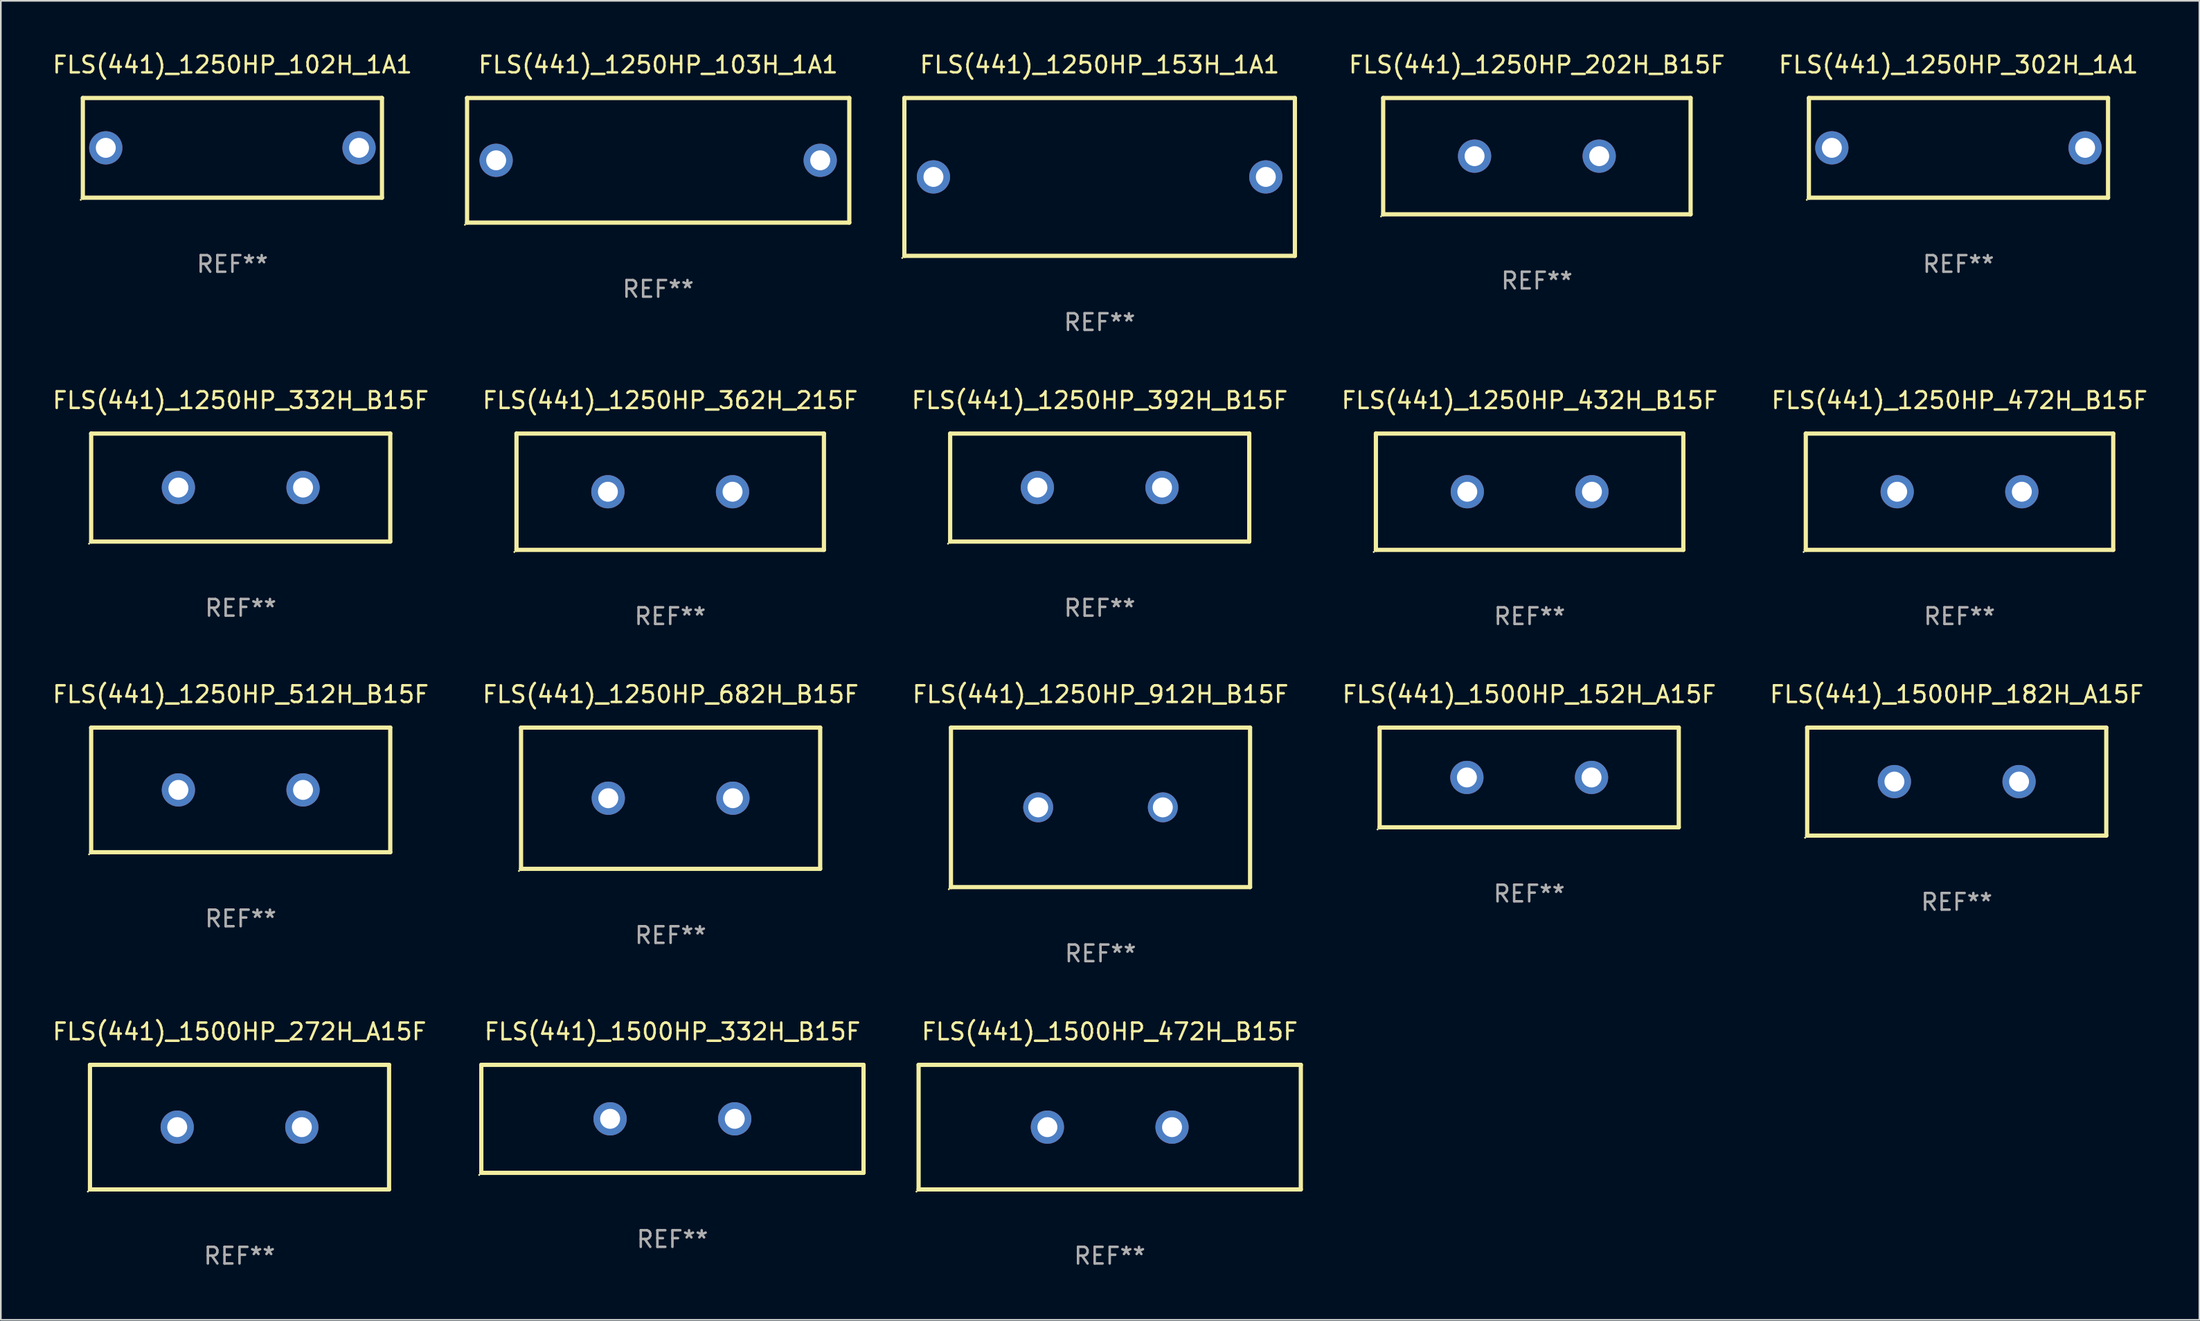
<source format=kicad_pcb>
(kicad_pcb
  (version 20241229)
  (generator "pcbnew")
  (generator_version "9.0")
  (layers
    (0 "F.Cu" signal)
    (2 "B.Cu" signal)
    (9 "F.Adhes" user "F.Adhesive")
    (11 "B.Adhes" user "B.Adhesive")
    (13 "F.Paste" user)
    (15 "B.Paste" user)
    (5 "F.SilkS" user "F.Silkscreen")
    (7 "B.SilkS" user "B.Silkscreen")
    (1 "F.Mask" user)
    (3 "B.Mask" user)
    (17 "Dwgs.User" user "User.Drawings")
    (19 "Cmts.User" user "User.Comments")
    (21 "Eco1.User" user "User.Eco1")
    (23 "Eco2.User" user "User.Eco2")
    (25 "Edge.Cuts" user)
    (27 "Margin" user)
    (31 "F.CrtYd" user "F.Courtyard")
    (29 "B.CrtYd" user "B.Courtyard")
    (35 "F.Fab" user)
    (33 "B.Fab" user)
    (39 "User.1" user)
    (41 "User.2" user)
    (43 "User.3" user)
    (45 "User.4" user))
  (footprint "FLS(441)_1250HP_153H_1A1"
    (layer "F.Cu")
    (at 63.12 7.598)
    (property "Reference" "FLS(441)_1250HP_153H_1A1" (at 0 -6.75 0) (layer "F.SilkS") (effects (font (size 1 1) (thickness 0.15))))
    (attr through_hole)
    (fp_line (start -11.75 -4.75) (end 11.75 -4.75) (stroke (width 0.254) (type solid)) (layer "F.SilkS"))
    (fp_line (start -11.75 4.75) (end -11.75 -4.75) (stroke (width 0.254) (type solid)) (layer "F.SilkS"))
    (fp_line (start 11.75 -4.75) (end 11.75 4.75) (stroke (width 0.254) (type solid)) (layer "F.SilkS"))
    (fp_line (start 11.75 4.75) (end -11.75 4.75) (stroke (width 0.254) (type solid)) (layer "F.SilkS"))
    (fp_circle (center -11.877 4.877) (end -11.847 4.877) (stroke (width 0.06) (type solid)) (fill no) (layer "F.SilkS"))
    (fp_text user "REF**" (at 0 8.75 0) (layer "F.Fab") (effects (font (size 1 1) (thickness 0.15))))
    (pad "1" thru_hole circle (at -10 0) (size 2 2) (drill 1.2) (layers "*.Cu" "*.Mask"))
    (pad "2" thru_hole circle (at 10 0) (size 2 2) (drill 1.2) (layers "*.Cu" "*.Mask")))
  (footprint "FLS(441)_1250HP_103H_1A1"
    (layer "F.Cu")
    (at 36.556 6.598)
    (property "Reference" "FLS(441)_1250HP_103H_1A1" (at 0 -5.75 0) (layer "F.SilkS") (effects (font (size 1 1) (thickness 0.15))))
    (attr through_hole)
    (fp_line (start -11.5 -3.75) (end 11.5 -3.75) (stroke (width 0.254) (type solid)) (layer "F.SilkS"))
    (fp_line (start -11.5 3.75) (end -11.5 -3.75) (stroke (width 0.254) (type solid)) (layer "F.SilkS"))
    (fp_line (start 11.5 -3.75) (end 11.5 3.75) (stroke (width 0.254) (type solid)) (layer "F.SilkS"))
    (fp_line (start 11.5 3.75) (end -11.5 3.75) (stroke (width 0.254) (type solid)) (layer "F.SilkS"))
    (fp_circle (center -11.627 3.877) (end -11.597 3.877) (stroke (width 0.06) (type solid)) (fill no) (layer "F.SilkS"))
    (fp_text user "REF**" (at 0 7.75 0) (layer "F.Fab") (effects (font (size 1 1) (thickness 0.15))))
    (pad "1" thru_hole circle (at -9.75 0) (size 2 2) (drill 1.2) (layers "*.Cu" "*.Mask"))
    (pad "2" thru_hole circle (at 9.75 0) (size 2 2) (drill 1.2) (layers "*.Cu" "*.Mask")))
  (footprint "FLS(441)_1500HP_182H_A15F"
    (layer "F.Cu")
    (at 114.696 43.991)
    (property "Reference" "FLS(441)_1500HP_182H_A15F" (at 0 -5.25 0) (layer "F.SilkS") (effects (font (size 1 1) (thickness 0.15))))
    (attr through_hole)
    (fp_line (start -8.999 -3.25) (end 8.999 -3.25) (stroke (width 0.254) (type solid)) (layer "F.SilkS"))
    (fp_line (start -8.999 3.25) (end -8.999 -3.25) (stroke (width 0.254) (type solid)) (layer "F.SilkS"))
    (fp_line (start 8.999 -3.25) (end 8.999 3.25) (stroke (width 0.254) (type solid)) (layer "F.SilkS"))
    (fp_line (start 8.999 3.25) (end -8.999 3.25) (stroke (width 0.254) (type solid)) (layer "F.SilkS"))
    (fp_circle (center -9.126 3.377) (end -9.096 3.377) (stroke (width 0.06) (type solid)) (fill no) (layer "F.SilkS"))
    (fp_text user "REF**" (at 0 7.25 0) (layer "F.Fab") (effects (font (size 1 1) (thickness 0.15))))
    (pad "1" thru_hole circle (at -3.75 -0.000013) (size 2 2) (drill 1.2) (layers "*.Cu" "*.Mask"))
    (pad "2" thru_hole circle (at 3.75 -0.000013) (size 2 2) (drill 1.2) (layers "*.Cu" "*.Mask")))
  (footprint "FLS(441)_1250HP_102H_1A1"
    (layer "F.Cu")
    (at 10.935 5.848)
    (property "Reference" "FLS(441)_1250HP_102H_1A1" (at 0 -5 0) (layer "F.SilkS") (effects (font (size 1 1) (thickness 0.15))))
    (attr through_hole)
    (fp_line (start -9 -3) (end 9 -3) (stroke (width 0.254) (type solid)) (layer "F.SilkS"))
    (fp_line (start -9 3) (end -9 -3) (stroke (width 0.254) (type solid)) (layer "F.SilkS"))
    (fp_line (start 9 -3) (end 9 3) (stroke (width 0.254) (type solid)) (layer "F.SilkS"))
    (fp_line (start 9 3) (end -9 3) (stroke (width 0.254) (type solid)) (layer "F.SilkS"))
    (fp_circle (center -9.127 3.127) (end -9.097 3.127) (stroke (width 0.06) (type solid)) (fill no) (layer "F.SilkS"))
    (fp_text user "REF**" (at 0 7 0) (layer "F.Fab") (effects (font (size 1 1) (thickness 0.15))))
    (pad "1" thru_hole circle (at -7.62 0) (size 2 2) (drill 1.2) (layers "*.Cu" "*.Mask"))
    (pad "2" thru_hole circle (at 7.62 0) (size 2 2) (drill 1.2) (layers "*.Cu" "*.Mask")))
  (footprint "FLS(441)_1250HP_682H_B15F"
    (layer "F.Cu")
    (at 37.304 44.991)
    (property "Reference" "FLS(441)_1250HP_682H_B15F" (at 0 -6.25 0) (layer "F.SilkS") (effects (font (size 1 1) (thickness 0.15))))
    (attr through_hole)
    (fp_line (start -9 -4.25) (end 9 -4.25) (stroke (width 0.254) (type solid)) (layer "F.SilkS"))
    (fp_line (start -9 4.25) (end -9 -4.25) (stroke (width 0.254) (type solid)) (layer "F.SilkS"))
    (fp_line (start 9 -4.25) (end 9 4.25) (stroke (width 0.254) (type solid)) (layer "F.SilkS"))
    (fp_line (start 9 4.25) (end -9 4.25) (stroke (width 0.254) (type solid)) (layer "F.SilkS"))
    (fp_circle (center -9.127 4.377) (end -9.097 4.377) (stroke (width 0.06) (type solid)) (fill no) (layer "F.SilkS"))
    (fp_text user "REF**" (at 0 8.25 0) (layer "F.Fab") (effects (font (size 1 1) (thickness 0.15))))
    (pad "1" thru_hole circle (at -3.75 0) (size 2 2) (drill 1.2) (layers "*.Cu" "*.Mask"))
    (pad "2" thru_hole circle (at 3.75 0) (size 2 2) (drill 1.2) (layers "*.Cu" "*.Mask")))
  (footprint "FLS(441)_1250HP_512H_B15F"
    (layer "F.Cu")
    (at 11.435 44.491)
    (property "Reference" "FLS(441)_1250HP_512H_B15F" (at 0 -5.75 0) (layer "F.SilkS") (effects (font (size 1 1) (thickness 0.15))))
    (attr through_hole)
    (fp_line (start -8.999 -3.75) (end 8.999 -3.75) (stroke (width 0.254) (type solid)) (layer "F.SilkS"))
    (fp_line (start -8.999 3.75) (end -8.999 -3.75) (stroke (width 0.254) (type solid)) (layer "F.SilkS"))
    (fp_line (start 8.999 -3.75) (end 8.999 3.75) (stroke (width 0.254) (type solid)) (layer "F.SilkS"))
    (fp_line (start 8.999 3.75) (end -8.999 3.75) (stroke (width 0.254) (type solid)) (layer "F.SilkS"))
    (fp_circle (center -9.126 3.877) (end -9.096 3.877) (stroke (width 0.06) (type solid)) (fill no) (layer "F.SilkS"))
    (fp_text user "REF**" (at 0 7.75 0) (layer "F.Fab") (effects (font (size 1 1) (thickness 0.15))))
    (pad "1" thru_hole circle (at -3.75 0) (size 2 2) (drill 1.2) (layers "*.Cu" "*.Mask"))
    (pad "2" thru_hole circle (at 3.75 0) (size 2 2) (drill 1.2) (layers "*.Cu" "*.Mask")))
  (footprint "FLS(441)_1250HP_362H_215F"
    (layer "F.Cu")
    (at 37.28 26.545)
    (property "Reference" "FLS(441)_1250HP_362H_215F" (at 0 -5.5 0) (layer "F.SilkS") (effects (font (size 1 1) (thickness 0.15))))
    (attr through_hole)
    (fp_line (start -9.25 -3.5) (end 9.25 -3.5) (stroke (width 0.254) (type solid)) (layer "F.SilkS"))
    (fp_line (start -9.25 3.5) (end -9.25 -3.5) (stroke (width 0.254) (type solid)) (layer "F.SilkS"))
    (fp_line (start 9.25 -3.5) (end 9.25 3.5) (stroke (width 0.254) (type solid)) (layer "F.SilkS"))
    (fp_line (start 9.25 3.5) (end -9.25 3.5) (stroke (width 0.254) (type solid)) (layer "F.SilkS"))
    (fp_circle (center -9.377 3.627) (end -9.347 3.627) (stroke (width 0.06) (type solid)) (fill no) (layer "F.SilkS"))
    (fp_text user "REF**" (at 0 7.5 0) (layer "F.Fab") (effects (font (size 1 1) (thickness 0.15))))
    (pad "1" thru_hole circle (at -3.75 0) (size 2 2) (drill 1.2) (layers "*.Cu" "*.Mask"))
    (pad "2" thru_hole circle (at 3.75 0) (size 2 2) (drill 1.2) (layers "*.Cu" "*.Mask")))
  (footprint "FLS(441)_1500HP_272H_A15F"
    (layer "F.Cu")
    (at 11.363 64.788)
    (property "Reference" "FLS(441)_1500HP_272H_A15F" (at 0 -5.75 0) (layer "F.SilkS") (effects (font (size 1 1) (thickness 0.15))))
    (attr through_hole)
    (fp_line (start -8.999 -3.75) (end 8.999 -3.75) (stroke (width 0.254) (type solid)) (layer "F.SilkS"))
    (fp_line (start -8.999 3.75) (end -8.999 -3.75) (stroke (width 0.254) (type solid)) (layer "F.SilkS"))
    (fp_line (start 8.999 -3.75) (end 8.999 3.75) (stroke (width 0.254) (type solid)) (layer "F.SilkS"))
    (fp_line (start 8.999 3.75) (end -8.999 3.75) (stroke (width 0.254) (type solid)) (layer "F.SilkS"))
    (fp_circle (center -9.126 3.877) (end -9.096 3.877) (stroke (width 0.06) (type solid)) (fill no) (layer "F.SilkS"))
    (fp_text user "REF**" (at 0 7.75 0) (layer "F.Fab") (effects (font (size 1 1) (thickness 0.15))))
    (pad "1" thru_hole circle (at -3.75 0) (size 2 2) (drill 1.2) (layers "*.Cu" "*.Mask"))
    (pad "2" thru_hole circle (at 3.75 0) (size 2 2) (drill 1.2) (layers "*.Cu" "*.Mask")))
  (footprint "FLS(441)_1250HP_392H_B15F"
    (layer "F.Cu")
    (at 63.125 26.295)
    (property "Reference" "FLS(441)_1250HP_392H_B15F" (at 0 -5.25 0) (layer "F.SilkS") (effects (font (size 1 1) (thickness 0.15))))
    (attr through_hole)
    (fp_line (start -8.999 -3.25) (end 8.999 -3.25) (stroke (width 0.254) (type solid)) (layer "F.SilkS"))
    (fp_line (start -8.999 3.25) (end -8.999 -3.25) (stroke (width 0.254) (type solid)) (layer "F.SilkS"))
    (fp_line (start 8.999 -3.25) (end 8.999 3.25) (stroke (width 0.254) (type solid)) (layer "F.SilkS"))
    (fp_line (start 8.999 3.25) (end -8.999 3.25) (stroke (width 0.254) (type solid)) (layer "F.SilkS"))
    (fp_circle (center -9.126 3.377) (end -9.096 3.377) (stroke (width 0.06) (type solid)) (fill no) (layer "F.SilkS"))
    (fp_text user "REF**" (at 0 7.25 0) (layer "F.Fab") (effects (font (size 1 1) (thickness 0.15))))
    (pad "1" thru_hole circle (at -3.75 -0.000013) (size 2 2) (drill 1.2) (layers "*.Cu" "*.Mask"))
    (pad "2" thru_hole circle (at 3.75 -0.000013) (size 2 2) (drill 1.2) (layers "*.Cu" "*.Mask")))
  (footprint "FLS(441)_1250HP_472H_B15F"
    (layer "F.Cu")
    (at 114.863 26.545)
    (property "Reference" "FLS(441)_1250HP_472H_B15F" (at 0 -5.5 0) (layer "F.SilkS") (effects (font (size 1 1) (thickness 0.15))))
    (attr through_hole)
    (fp_line (start -9.25 -3.5) (end 9.25 -3.5) (stroke (width 0.254) (type solid)) (layer "F.SilkS"))
    (fp_line (start -9.25 3.5) (end -9.25 -3.5) (stroke (width 0.254) (type solid)) (layer "F.SilkS"))
    (fp_line (start 9.25 -3.5) (end 9.25 3.5) (stroke (width 0.254) (type solid)) (layer "F.SilkS"))
    (fp_line (start 9.25 3.5) (end -9.25 3.5) (stroke (width 0.254) (type solid)) (layer "F.SilkS"))
    (fp_circle (center -9.377 3.627) (end -9.347 3.627) (stroke (width 0.06) (type solid)) (fill no) (layer "F.SilkS"))
    (fp_text user "REF**" (at 0 7.5 0) (layer "F.Fab") (effects (font (size 1 1) (thickness 0.15))))
    (pad "1" thru_hole circle (at -3.75 0) (size 2 2) (drill 1.2) (layers "*.Cu" "*.Mask"))
    (pad "2" thru_hole circle (at 3.75 0) (size 2 2) (drill 1.2) (layers "*.Cu" "*.Mask")))
  (footprint "FLS(441)_1500HP_152H_A15F"
    (layer "F.Cu")
    (at 88.97 43.741)
    (property "Reference" "FLS(441)_1500HP_152H_A15F" (at 0 -5 0) (layer "F.SilkS") (effects (font (size 1 1) (thickness 0.15))))
    (attr through_hole)
    (fp_line (start -9 -3) (end 9 -3) (stroke (width 0.254) (type solid)) (layer "F.SilkS"))
    (fp_line (start -9 3) (end -9 -3) (stroke (width 0.254) (type solid)) (layer "F.SilkS"))
    (fp_line (start 9 -3) (end 9 3) (stroke (width 0.254) (type solid)) (layer "F.SilkS"))
    (fp_line (start 9 3) (end -9 3) (stroke (width 0.254) (type solid)) (layer "F.SilkS"))
    (fp_circle (center -9.127 3.127) (end -9.097 3.127) (stroke (width 0.06) (type solid)) (fill no) (layer "F.SilkS"))
    (fp_text user "REF**" (at 0 7 0) (layer "F.Fab") (effects (font (size 1 1) (thickness 0.15))))
    (pad "1" thru_hole circle (at -3.75 0) (size 2 2) (drill 1.2) (layers "*.Cu" "*.Mask"))
    (pad "2" thru_hole circle (at 3.75 0) (size 2 2) (drill 1.2) (layers "*.Cu" "*.Mask")))
  (footprint "FLS(441)_1250HP_332H_B15F"
    (layer "F.Cu")
    (at 11.435 26.295)
    (property "Reference" "FLS(441)_1250HP_332H_B15F" (at 0 -5.25 0) (layer "F.SilkS") (effects (font (size 1 1) (thickness 0.15))))
    (attr through_hole)
    (fp_line (start -8.999 -3.25) (end 8.999 -3.25) (stroke (width 0.254) (type solid)) (layer "F.SilkS"))
    (fp_line (start -8.999 3.25) (end -8.999 -3.25) (stroke (width 0.254) (type solid)) (layer "F.SilkS"))
    (fp_line (start 8.999 -3.25) (end 8.999 3.25) (stroke (width 0.254) (type solid)) (layer "F.SilkS"))
    (fp_line (start 8.999 3.25) (end -8.999 3.25) (stroke (width 0.254) (type solid)) (layer "F.SilkS"))
    (fp_circle (center -9.126 3.377) (end -9.096 3.377) (stroke (width 0.06) (type solid)) (fill no) (layer "F.SilkS"))
    (fp_text user "REF**" (at 0 7.25 0) (layer "F.Fab") (effects (font (size 1 1) (thickness 0.15))))
    (pad "1" thru_hole circle (at -3.75 -0.000013) (size 2 2) (drill 1.2) (layers "*.Cu" "*.Mask"))
    (pad "2" thru_hole circle (at 3.75 -0.000013) (size 2 2) (drill 1.2) (layers "*.Cu" "*.Mask")))
  (footprint "FLS(441)_1500HP_472H_B15F"
    (layer "F.Cu")
    (at 63.727 64.788)
    (property "Reference" "FLS(441)_1500HP_472H_B15F" (at 0 -5.75 0) (layer "F.SilkS") (effects (font (size 1 1) (thickness 0.15))))
    (attr through_hole)
    (fp_line (start -11.5 -3.75) (end 11.5 -3.75) (stroke (width 0.254) (type solid)) (layer "F.SilkS"))
    (fp_line (start -11.5 3.75) (end -11.5 -3.75) (stroke (width 0.254) (type solid)) (layer "F.SilkS"))
    (fp_line (start 11.5 -3.75) (end 11.5 3.75) (stroke (width 0.254) (type solid)) (layer "F.SilkS"))
    (fp_line (start 11.5 3.75) (end -11.5 3.75) (stroke (width 0.254) (type solid)) (layer "F.SilkS"))
    (fp_circle (center -11.627 3.877) (end -11.597 3.877) (stroke (width 0.06) (type solid)) (fill no) (layer "F.SilkS"))
    (fp_text user "REF**" (at 0 7.75 0) (layer "F.Fab") (effects (font (size 1 1) (thickness 0.15))))
    (pad "1" thru_hole circle (at -3.75 0) (size 2 2) (drill 1.2) (layers "*.Cu" "*.Mask"))
    (pad "2" thru_hole circle (at 3.75 0) (size 2 2) (drill 1.2) (layers "*.Cu" "*.Mask")))
  (footprint "FLS(441)_1250HP_202H_B15F"
    (layer "F.Cu")
    (at 89.432 6.348)
    (property "Reference" "FLS(441)_1250HP_202H_B15F" (at 0 -5.5 0) (layer "F.SilkS") (effects (font (size 1 1) (thickness 0.15))))
    (attr through_hole)
    (fp_line (start -9.25 -3.5) (end 9.25 -3.5) (stroke (width 0.254) (type solid)) (layer "F.SilkS"))
    (fp_line (start -9.25 3.5) (end -9.25 -3.5) (stroke (width 0.254) (type solid)) (layer "F.SilkS"))
    (fp_line (start 9.25 -3.5) (end 9.25 3.5) (stroke (width 0.254) (type solid)) (layer "F.SilkS"))
    (fp_line (start 9.25 3.5) (end -9.25 3.5) (stroke (width 0.254) (type solid)) (layer "F.SilkS"))
    (fp_circle (center -9.377 3.627) (end -9.347 3.627) (stroke (width 0.06) (type solid)) (fill no) (layer "F.SilkS"))
    (fp_text user "REF**" (at 0 7.5 0) (layer "F.Fab") (effects (font (size 1 1) (thickness 0.15))))
    (pad "1" thru_hole circle (at -3.75 0) (size 2 2) (drill 1.2) (layers "*.Cu" "*.Mask"))
    (pad "2" thru_hole circle (at 3.75 0) (size 2 2) (drill 1.2) (layers "*.Cu" "*.Mask")))
  (footprint "FLS(441)_1250HP_432H_B15F"
    (layer "F.Cu")
    (at 88.994 26.545)
    (property "Reference" "FLS(441)_1250HP_432H_B15F" (at 0 -5.5 0) (layer "F.SilkS") (effects (font (size 1 1) (thickness 0.15))))
    (attr through_hole)
    (fp_line (start -9.25 -3.5) (end 9.25 -3.5) (stroke (width 0.254) (type solid)) (layer "F.SilkS"))
    (fp_line (start -9.25 3.5) (end -9.25 -3.5) (stroke (width 0.254) (type solid)) (layer "F.SilkS"))
    (fp_line (start 9.25 -3.5) (end 9.25 3.5) (stroke (width 0.254) (type solid)) (layer "F.SilkS"))
    (fp_line (start 9.25 3.5) (end -9.25 3.5) (stroke (width 0.254) (type solid)) (layer "F.SilkS"))
    (fp_circle (center -9.377 3.627) (end -9.347 3.627) (stroke (width 0.06) (type solid)) (fill no) (layer "F.SilkS"))
    (fp_text user "REF**" (at 0 7.5 0) (layer "F.Fab") (effects (font (size 1 1) (thickness 0.15))))
    (pad "1" thru_hole circle (at -3.75 0) (size 2 2) (drill 1.2) (layers "*.Cu" "*.Mask"))
    (pad "2" thru_hole circle (at 3.75 0) (size 2 2) (drill 1.2) (layers "*.Cu" "*.Mask")))
  (footprint "FLS(441)_1250HP_302H_1A1"
    (layer "F.Cu")
    (at 114.801 5.848)
    (property "Reference" "FLS(441)_1250HP_302H_1A1" (at 0 -5 0) (layer "F.SilkS") (effects (font (size 1 1) (thickness 0.15))))
    (attr through_hole)
    (fp_line (start -9 -3) (end 9 -3) (stroke (width 0.254) (type solid)) (layer "F.SilkS"))
    (fp_line (start -9 3) (end -9 -3) (stroke (width 0.254) (type solid)) (layer "F.SilkS"))
    (fp_line (start 9 -3) (end 9 3) (stroke (width 0.254) (type solid)) (layer "F.SilkS"))
    (fp_line (start 9 3) (end -9 3) (stroke (width 0.254) (type solid)) (layer "F.SilkS"))
    (fp_circle (center -9.127 3.127) (end -9.097 3.127) (stroke (width 0.06) (type solid)) (fill no) (layer "F.SilkS"))
    (fp_text user "REF**" (at 0 7 0) (layer "F.Fab") (effects (font (size 1 1) (thickness 0.15))))
    (pad "1" thru_hole circle (at -7.62 0) (size 2 2) (drill 1.2) (layers "*.Cu" "*.Mask"))
    (pad "2" thru_hole circle (at 7.62 0) (size 2 2) (drill 1.2) (layers "*.Cu" "*.Mask")))
  (footprint "FLS(441)_1500HP_332H_B15F"
    (layer "F.Cu")
    (at 37.413 64.288)
    (property "Reference" "FLS(441)_1500HP_332H_B15F" (at 0 -5.25 0) (layer "F.SilkS") (effects (font (size 1 1) (thickness 0.15))))
    (attr through_hole)
    (fp_line (start -11.5 -3.25) (end 11.5 -3.25) (stroke (width 0.254) (type solid)) (layer "F.SilkS"))
    (fp_line (start -11.5 3.25) (end -11.5 -3.25) (stroke (width 0.254) (type solid)) (layer "F.SilkS"))
    (fp_line (start 11.5 -3.25) (end 11.5 3.25) (stroke (width 0.254) (type solid)) (layer "F.SilkS"))
    (fp_line (start 11.5 3.25) (end -11.5 3.25) (stroke (width 0.254) (type solid)) (layer "F.SilkS"))
    (fp_circle (center -11.627 3.377) (end -11.597 3.377) (stroke (width 0.06) (type solid)) (fill no) (layer "F.SilkS"))
    (fp_text user "REF**" (at 0 7.25 0) (layer "F.Fab") (effects (font (size 1 1) (thickness 0.15))))
    (pad "1" thru_hole circle (at -3.75 0) (size 2 2) (drill 1.2) (layers "*.Cu" "*.Mask"))
    (pad "2" thru_hole circle (at 3.75 0) (size 2 2) (drill 1.2) (layers "*.Cu" "*.Mask")))
  (footprint "FLS(441)_1250HP_912H_B15F"
    (layer "F.Cu")
    (at 63.173 45.541)
    (property "Reference" "FLS(441)_1250HP_912H_B15F" (at 0 -6.8 0) (layer "F.SilkS") (effects (font (size 1 1) (thickness 0.15))))
    (attr through_hole)
    (fp_line (start -9 -4.8) (end 9 -4.8) (stroke (width 0.254) (type solid)) (layer "F.SilkS"))
    (fp_line (start -9 4.8) (end -9 -4.8) (stroke (width 0.254) (type solid)) (layer "F.SilkS"))
    (fp_line (start 9 -4.8) (end 9 4.8) (stroke (width 0.254) (type solid)) (layer "F.SilkS"))
    (fp_line (start 9 4.8) (end -9 4.8) (stroke (width 0.254) (type solid)) (layer "F.SilkS"))
    (fp_circle (center -9.127 4.927) (end -9.097 4.927) (stroke (width 0.06) (type solid)) (fill no) (layer "F.SilkS"))
    (fp_text user "REF**" (at 0 8.8 0) (layer "F.Fab") (effects (font (size 1 1) (thickness 0.15))))
    (pad "1" thru_hole circle (at -3.75 0) (size 1.8 1.8) (drill 1.2) (layers "*.Cu" "*.Mask"))
    (pad "2" thru_hole circle (at 3.75 0) (size 1.8 1.8) (drill 1.2) (layers "*.Cu" "*.Mask")))
  (gr_rect
    (start -3 -3)
    (end 129.298 76.386)
    (stroke (width 0.1) (type default))
    (fill no)
    (layer "Edge.Cuts")))
</source>
